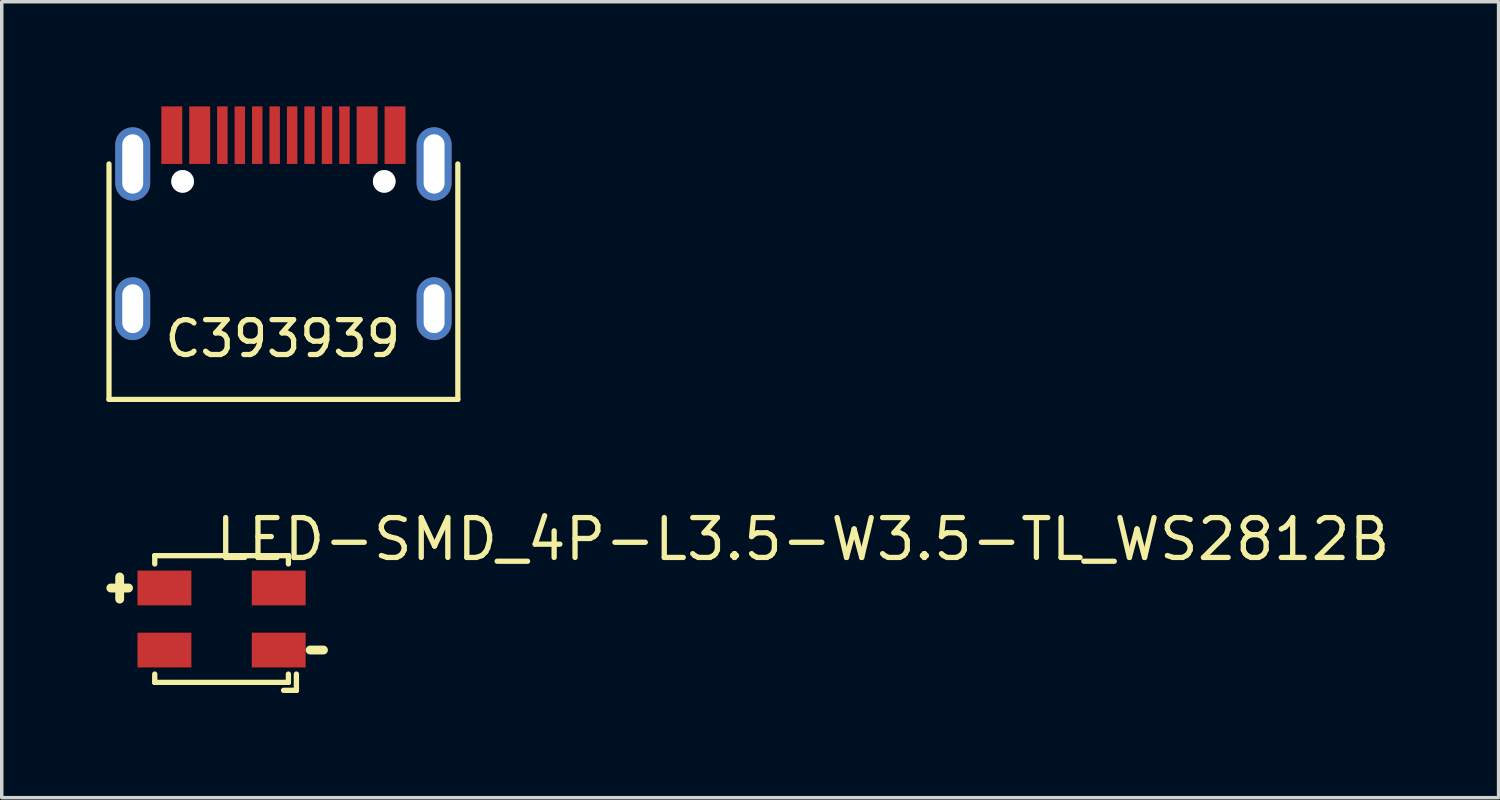
<source format=kicad_pcb>
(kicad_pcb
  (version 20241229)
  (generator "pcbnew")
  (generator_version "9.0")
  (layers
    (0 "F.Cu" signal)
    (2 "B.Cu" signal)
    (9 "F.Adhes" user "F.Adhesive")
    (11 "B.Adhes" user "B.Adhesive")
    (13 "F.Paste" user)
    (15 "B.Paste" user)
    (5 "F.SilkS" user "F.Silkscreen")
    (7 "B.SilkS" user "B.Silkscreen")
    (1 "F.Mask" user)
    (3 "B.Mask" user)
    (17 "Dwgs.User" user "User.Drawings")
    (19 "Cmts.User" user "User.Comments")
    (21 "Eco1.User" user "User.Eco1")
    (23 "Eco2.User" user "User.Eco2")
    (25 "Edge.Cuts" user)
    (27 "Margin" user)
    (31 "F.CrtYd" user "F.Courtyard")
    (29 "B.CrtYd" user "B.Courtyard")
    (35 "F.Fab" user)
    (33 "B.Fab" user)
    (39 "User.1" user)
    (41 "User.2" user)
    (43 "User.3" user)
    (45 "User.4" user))
  (footprint "C393939"
    (layer "F.Cu")
    (at 5.075 1.65)
    (property "Reference" "C393939" (at -0.017 5.008 180) (layer "F.SilkS") (effects (font (size 1 1) (thickness 0.15))))
    (attr through_hole)
    (fp_line (start -5 0) (end -5 6.75) (stroke (width 0.15) (type solid)) (layer "F.SilkS"))
    (fp_line (start -5 6.75) (end 5 6.75) (stroke (width 0.15) (type solid)) (layer "F.SilkS"))
    (fp_line (start 5 6.75) (end 5 0) (stroke (width 0.15) (type solid)) (layer "F.SilkS"))
    (pad "" thru_hole circle (at -2.89 0.5) (size 0.65 0.65) (drill 0.65) (layers "*.Cu" "*.Mask"))
    (pad "" thru_hole circle (at 2.89 0.5) (size 0.65 0.65) (drill 0.65) (layers "*.Cu" "*.Mask"))
    (pad "A1" smd rect (at -3.2 -0.825) (size 0.6 1.65) (layers "F.Cu" "F.Mask" "F.Paste"))
    (pad "A1" smd rect (at 3.2 -0.825) (size 0.6 1.65) (layers "F.Cu" "F.Mask" "F.Paste"))
    (pad "A4" smd rect (at -2.4 -0.825) (size 0.6 1.65) (layers "F.Cu" "F.Mask" "F.Paste"))
    (pad "A4" smd rect (at 2.4 -0.825) (size 0.6 1.65) (layers "F.Cu" "F.Mask" "F.Paste"))
    (pad "A5" smd rect (at -1.25 -0.825) (size 0.3 1.65) (layers "F.Cu" "F.Mask" "F.Paste"))
    (pad "A6" smd rect (at -0.25 -0.825) (size 0.3 1.65) (layers "F.Cu" "F.Mask" "F.Paste"))
    (pad "A6" smd rect (at 0.75 -0.825) (size 0.3 1.65) (layers "F.Cu" "F.Mask" "F.Paste"))
    (pad "A7" smd rect (at -0.75 -0.825) (size 0.3 1.65) (layers "F.Cu" "F.Mask" "F.Paste"))
    (pad "A7" smd rect (at 0.25 -0.825) (size 0.3 1.65) (layers "F.Cu" "F.Mask" "F.Paste"))
    (pad "A8" smd rect (at -1.75 -0.825) (size 0.3 1.65) (layers "F.Cu" "F.Mask" "F.Paste"))
    (pad "B5" smd rect (at 1.75 -0.825) (size 0.3 1.65) (layers "F.Cu" "F.Mask" "F.Paste"))
    (pad "B8" smd rect (at 1.25 -0.825) (size 0.3 1.65) (layers "F.Cu" "F.Mask" "F.Paste"))
    (pad "S1" thru_hole oval (at -4.32 0) (size 1 2.1) (drill oval 0.6 1.7) (layers "*.Cu" "*.Mask"))
    (pad "S1" thru_hole oval (at -4.32 4.15) (size 1 1.8) (drill oval 0.6 1.4) (layers "*.Cu" "*.Mask"))
    (pad "S1" thru_hole oval (at 4.32 0) (size 1 2.1) (drill oval 0.6 1.7) (layers "*.Cu" "*.Mask"))
    (pad "S1" thru_hole oval (at 4.32 4.15) (size 1 1.8) (drill oval 0.6 1.4) (layers "*.Cu" "*.Mask")))
  (footprint "LED-SMD_4P-L3.5-W3.5-TL_WS2812B"
    (layer "F.Cu")
    (at 3.302 14.696)
    (property "Reference" "LED-SMD_4P-L3.5-W3.5-TL_WS2812B" (at -0.254 -2.286 0) (layer "F.SilkS") (effects (font (size 1.143 1.143) (thickness 0.152)) (justify left)))
    (attr smd)
    (fp_line (start -3.175 -0.889) (end -2.667 -0.889) (stroke (width 0.254) (type solid)) (layer "F.SilkS"))
    (fp_line (start -2.921 -1.206) (end -2.921 -0.571) (stroke (width 0.254) (type solid)) (layer "F.SilkS"))
    (fp_line (start -1.916 -1.816) (end -1.916 -1.816) (stroke (width 0.152) (type solid)) (layer "F.SilkS"))
    (fp_line (start -1.916 -1.816) (end 1.916 -1.816) (stroke (width 0.152) (type solid)) (layer "F.SilkS"))
    (fp_line (start -1.916 -1.579) (end -1.916 -1.816) (stroke (width 0.152) (type solid)) (layer "F.SilkS"))
    (fp_line (start -1.916 1.579) (end -1.916 1.816) (stroke (width 0.152) (type solid)) (layer "F.SilkS"))
    (fp_line (start -1.916 1.816) (end -1.916 1.816) (stroke (width 0.152) (type solid)) (layer "F.SilkS"))
    (fp_line (start -1.916 1.816) (end 1.916 1.816) (stroke (width 0.152) (type solid)) (layer "F.SilkS"))
    (fp_line (start 1.916 -1.816) (end 1.916 -1.816) (stroke (width 0.152) (type solid)) (layer "F.SilkS"))
    (fp_line (start 1.916 -1.816) (end 1.916 -1.579) (stroke (width 0.152) (type solid)) (layer "F.SilkS"))
    (fp_line (start 1.916 1.816) (end 1.916 1.579) (stroke (width 0.152) (type solid)) (layer "F.SilkS"))
    (fp_line (start 1.916 1.816) (end 1.916 1.816) (stroke (width 0.152) (type solid)) (layer "F.SilkS"))
    (fp_line (start 2.145 1.579) (end 2.145 2.045) (stroke (width 0.152) (type solid)) (layer "F.SilkS"))
    (fp_line (start 2.145 2.045) (end 1.777 2.045) (stroke (width 0.152) (type solid)) (layer "F.SilkS"))
    (fp_line (start 2.145 2.045) (end 2.145 2.045) (stroke (width 0.152) (type solid)) (layer "F.SilkS"))
    (fp_line (start 2.54 0.889) (end 2.921 0.889) (stroke (width 0.254) (type solid)) (layer "F.SilkS"))
    (pad "1" smd rect (at -1.638 -0.89) (size 1.545 0.997) (layers "F.Cu" "F.Mask" "F.Paste"))
    (pad "2" smd rect (at -1.638 0.89) (size 1.545 0.997) (layers "F.Cu" "F.Mask" "F.Paste"))
    (pad "3" smd rect (at 1.638 0.89) (size 1.545 0.997) (layers "F.Cu" "F.Mask" "F.Paste"))
    (pad "4" smd rect (at 1.638 -0.89) (size 1.545 0.997) (layers "F.Cu" "F.Mask" "F.Paste")))
  (gr_rect
    (start -3 -3)
    (end 39.912 19.817)
    (stroke (width 0.1) (type default))
    (fill no)
    (layer "Edge.Cuts")))
</source>
